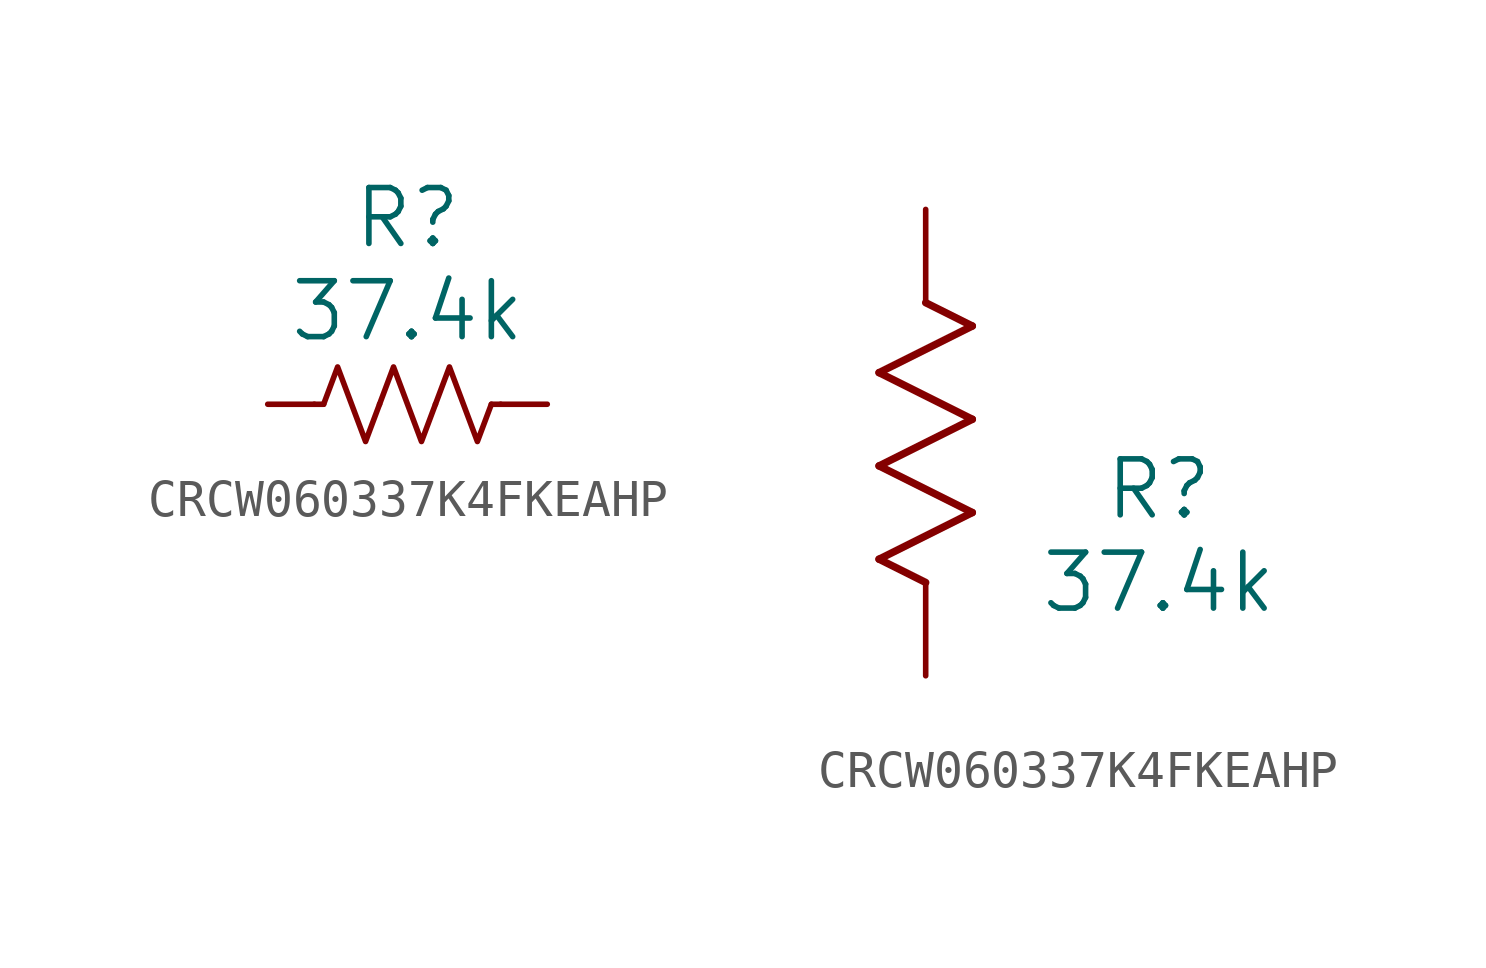
<source format=kicad_sym>
(kicad_symbol_lib
  (version 20220914)
  (generator kicad_symbol_editor)
  (symbol "CRCW060337K4FKEAHP"
    (pin_numbers hide)
    (pin_names
      (offset 0.254) hide)
    (property "Reference" "R"
      (at 6.35 5.08 0)
      (effects (font (size 1.524 1.524))))
    (property "Value" "37.4k"
      (at 6.35 2.54 0)
      (effects (font (size 1.524 1.524))))
    (symbol "CRCW060337K4FKEAHP_0_1"
      (polyline (pts (xy 4.064 0) (xy 3.81 0)) (stroke (width 0) (type default)) (fill (type none)))
      (polyline (pts (xy 8.636 0) (xy 8.89 0)) (stroke (width 0) (type default)) (fill (type none)))
      (polyline (pts (xy 4.064 0) (xy 4.445 1.016) (xy 4.826 0) (xy 5.207 -1.016) (xy 5.588 0)) (stroke (width 0) (type default)) (fill (type none)))
      (polyline (pts (xy 5.588 0) (xy 5.969 1.016) (xy 6.35 0) (xy 6.731 -1.016) (xy 7.112 0)) (stroke (width 0) (type default)) (fill (type none)))
      (polyline (pts (xy 7.112 0) (xy 7.493 1.016) (xy 7.874 0) (xy 8.255 -1.016) (xy 8.636 0)) (stroke (width 0) (type default)) (fill (type none))))
    (symbol "CRCW060337K4FKEAHP_1_1"
      (pin passive line (at 2.54 0 0) (length 1.27) (name "" (effects (font (size 1.27 1.27)))) (number "1" (effects (font (size 1.27 1.27)))))
      (pin passive line (at 10.16 0 180) (length 1.27) (name "" (effects (font (size 1.27 1.27)))) (number "2" (effects (font (size 1.27 1.27))))))
    (symbol "CRCW060337K4FKEAHP_1_2"
      (polyline (pts (xy -1.27 3.175) (xy 1.27 4.445)) (stroke (width 0.203) (type default)) (fill (type none)))
      (polyline (pts (xy -1.27 5.715) (xy 1.27 6.985)) (stroke (width 0.203) (type default)) (fill (type none)))
      (polyline (pts (xy -1.27 8.255) (xy 1.27 9.525)) (stroke (width 0.203) (type default)) (fill (type none)))
      (polyline (pts (xy 0 2.54) (xy -1.27 3.175)) (stroke (width 0.203) (type default)) (fill (type none)))
      (polyline (pts (xy 1.27 4.445) (xy -1.27 5.715)) (stroke (width 0.203) (type default)) (fill (type none)))
      (polyline (pts (xy 1.27 6.985) (xy -1.27 8.255)) (stroke (width 0.203) (type default)) (fill (type none)))
      (polyline (pts (xy 1.27 9.525) (xy 0 10.16)) (stroke (width 0.203) (type default)) (fill (type none)))
      (pin unspecified line (at 0 12.7 270) (length 2.54) (name "" (effects (font (size 1.27 1.27)))) (number "1" (effects (font (size 1.27 1.27)))))
      (pin unspecified line (at 0 0 90) (length 2.54) (name "" (effects (font (size 1.27 1.27)))) (number "2" (effects (font (size 1.27 1.27))))))))
</source>
